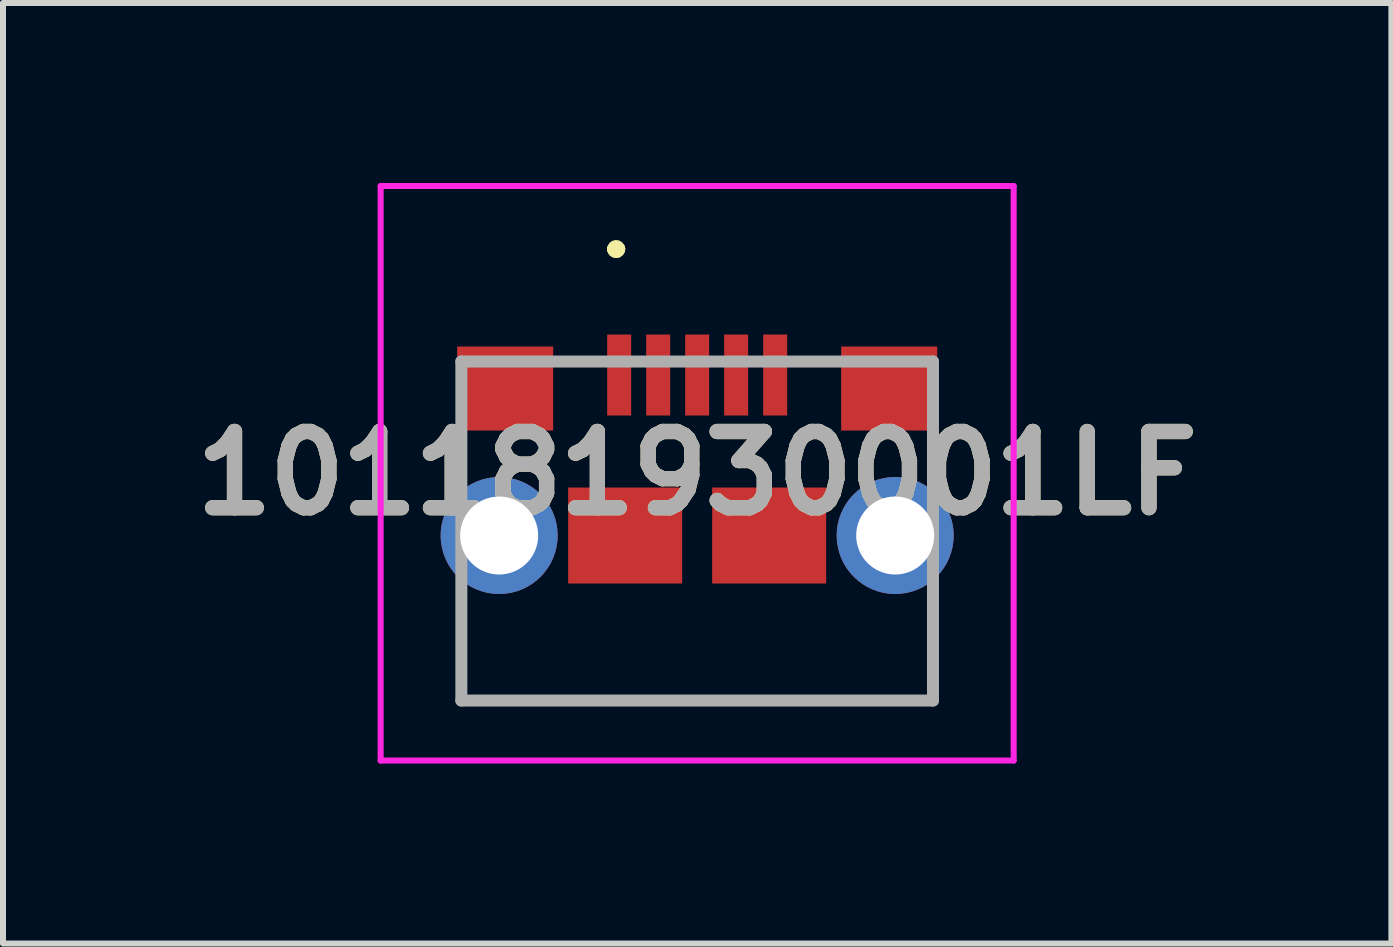
<source format=kicad_pcb>
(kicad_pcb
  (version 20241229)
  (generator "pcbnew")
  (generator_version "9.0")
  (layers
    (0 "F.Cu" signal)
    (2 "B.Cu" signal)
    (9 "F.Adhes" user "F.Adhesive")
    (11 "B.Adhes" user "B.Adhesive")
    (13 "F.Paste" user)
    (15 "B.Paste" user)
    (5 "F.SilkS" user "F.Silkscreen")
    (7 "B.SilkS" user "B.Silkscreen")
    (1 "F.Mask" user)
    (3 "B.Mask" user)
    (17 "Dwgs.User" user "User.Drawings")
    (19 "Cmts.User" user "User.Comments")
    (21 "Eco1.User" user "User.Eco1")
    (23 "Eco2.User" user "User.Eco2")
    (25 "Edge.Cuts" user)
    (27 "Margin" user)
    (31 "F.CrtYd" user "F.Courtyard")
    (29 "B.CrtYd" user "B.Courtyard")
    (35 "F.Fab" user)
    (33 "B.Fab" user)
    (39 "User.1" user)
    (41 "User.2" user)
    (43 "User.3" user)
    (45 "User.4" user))
  (footprint "101181930001LF"
    (layer "F.Cu")
    (at 8.569 5.8)
    (property "Reference" "101181930001LF" (at 0 -0.963 0) (layer "F.SilkS") (effects (font (size 1.27 1.27) (thickness 0.254))))
    (attr through_hole)
    (fp_line (start -3.93 2) (end -3.93 2) (stroke (width 0.1) (type solid)) (layer "F.SilkS"))
    (fp_line (start -3.93 2) (end -3.93 2.825) (stroke (width 0.1) (type solid)) (layer "F.SilkS"))
    (fp_line (start -3.93 2.825) (end -3.93 2) (stroke (width 0.1) (type solid)) (layer "F.SilkS"))
    (fp_line (start -3.93 2.825) (end -3.93 2.825) (stroke (width 0.1) (type solid)) (layer "F.SilkS"))
    (fp_line (start -3.93 2.825) (end -3.93 2.825) (stroke (width 0.1) (type solid)) (layer "F.SilkS"))
    (fp_line (start -3.93 2.825) (end 3.93 2.825) (stroke (width 0.1) (type solid)) (layer "F.SilkS"))
    (fp_line (start -1.4 -4.7) (end -1.4 -4.7) (stroke (width 0.2) (type solid)) (layer "F.SilkS"))
    (fp_line (start -1.4 -4.7) (end -1.4 -4.7) (stroke (width 0.2) (type solid)) (layer "F.SilkS"))
    (fp_line (start -1.3 -4.7) (end -1.3 -4.7) (stroke (width 0.2) (type solid)) (layer "F.SilkS"))
    (fp_line (start 3.93 2) (end 3.93 2) (stroke (width 0.1) (type solid)) (layer "F.SilkS"))
    (fp_line (start 3.93 2) (end 3.93 2.825) (stroke (width 0.1) (type solid)) (layer "F.SilkS"))
    (fp_line (start 3.93 2.825) (end -3.93 2.825) (stroke (width 0.1) (type solid)) (layer "F.SilkS"))
    (fp_line (start 3.93 2.825) (end 3.93 2) (stroke (width 0.1) (type solid)) (layer "F.SilkS"))
    (fp_line (start 3.93 2.825) (end 3.93 2.825) (stroke (width 0.1) (type solid)) (layer "F.SilkS"))
    (fp_line (start 3.93 2.825) (end 3.93 2.825) (stroke (width 0.1) (type solid)) (layer "F.SilkS"))
    (fp_arc (start -1.4 -4.7) (mid -1.35 -4.75) (end -1.3 -4.7) (stroke (width 0.2) (type solid)) (layer "F.SilkS"))
    (fp_arc (start -1.3 -4.7) (mid -1.35 -4.65) (end -1.4 -4.7) (stroke (width 0.2) (type solid)) (layer "F.SilkS"))
    (fp_arc (start -1.3 -4.7) (mid -1.35 -4.65) (end -1.4 -4.7) (stroke (width 0.2) (type solid)) (layer "F.SilkS"))
    (fp_line (start -5.275 -5.75) (end 5.275 -5.75) (stroke (width 0.1) (type solid)) (layer "F.CrtYd"))
    (fp_line (start -5.275 3.825) (end -5.275 -5.75) (stroke (width 0.1) (type solid)) (layer "F.CrtYd"))
    (fp_line (start 5.275 -5.75) (end 5.275 3.825) (stroke (width 0.1) (type solid)) (layer "F.CrtYd"))
    (fp_line (start 5.275 3.825) (end -5.275 3.825) (stroke (width 0.1) (type solid)) (layer "F.CrtYd"))
    (fp_line (start -3.93 -2.825) (end -3.93 2.825) (stroke (width 0.2) (type solid)) (layer "F.Fab"))
    (fp_line (start -3.93 2.825) (end 3.93 2.825) (stroke (width 0.2) (type solid)) (layer "F.Fab"))
    (fp_line (start 3.93 -2.825) (end -3.93 -2.825) (stroke (width 0.2) (type solid)) (layer "F.Fab"))
    (fp_line (start 3.93 2.825) (end 3.93 -2.825) (stroke (width 0.2) (type solid)) (layer "F.Fab"))
    (fp_text user "${REFERENCE}" (at 0 -0.963 0) (layer "F.Fab") (effects (font (size 1.27 1.27) (thickness 0.254))))
    (pad "1" smd rect (at -1.3 -2.6) (size 0.4 1.35) (layers "F.Cu" "F.Mask" "F.Paste"))
    (pad "2" smd rect (at -0.65 -2.6) (size 0.4 1.35) (layers "F.Cu" "F.Mask" "F.Paste"))
    (pad "3" smd rect (at 0 -2.6) (size 0.4 1.35) (layers "F.Cu" "F.Mask" "F.Paste"))
    (pad "4" smd rect (at 0.65 -2.6) (size 0.4 1.35) (layers "F.Cu" "F.Mask" "F.Paste"))
    (pad "5" smd rect (at 1.3 -2.6) (size 0.4 1.35) (layers "F.Cu" "F.Mask" "F.Paste"))
    (pad "MH1" thru_hole circle (at -3.3 0.075) (size 1.95 1.95) (drill 1.3) (layers "*.Cu" "*.Mask"))
    (pad "MH2" thru_hole circle (at 3.3 0.075) (size 1.95 1.95) (drill 1.3) (layers "*.Cu" "*.Mask"))
    (pad "MP1" smd rect (at -3.2 -2.375 90) (size 1.4 1.6) (layers "F.Cu" "F.Mask" "F.Paste"))
    (pad "MP2" smd rect (at -1.2 0.075 90) (size 1.6 1.9) (layers "F.Cu" "F.Mask" "F.Paste"))
    (pad "MP3" smd rect (at 1.2 0.075 90) (size 1.6 1.9) (layers "F.Cu" "F.Mask" "F.Paste"))
    (pad "MP4" smd rect (at 3.2 -2.375 90) (size 1.4 1.6) (layers "F.Cu" "F.Mask" "F.Paste")))
  (gr_rect
    (start -3 -3)
    (end 20.139 12.675)
    (stroke (width 0.1) (type default))
    (fill no)
    (layer "Edge.Cuts")))
</source>
